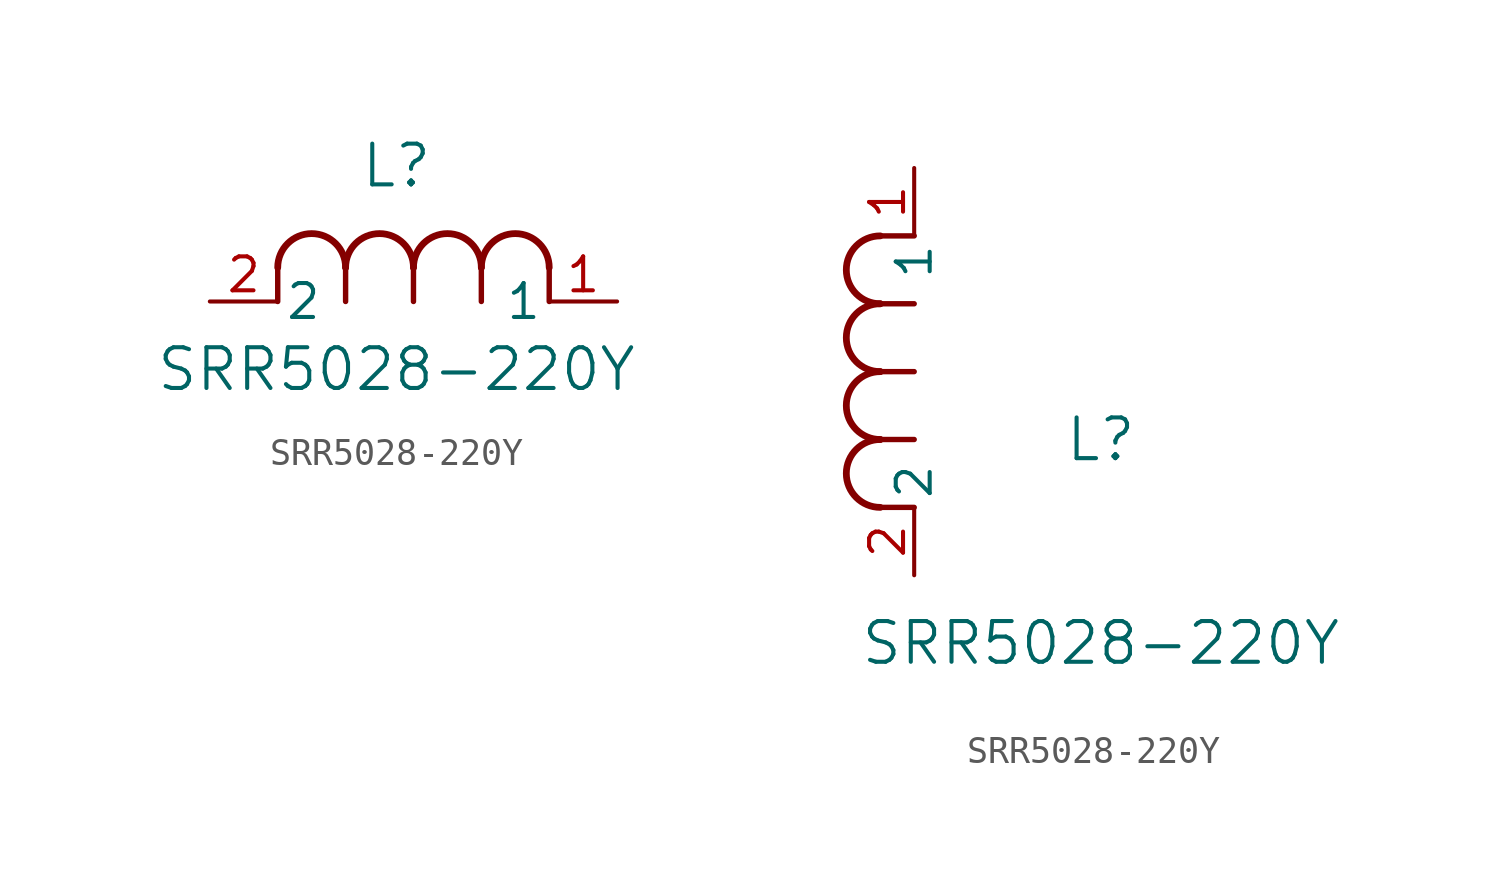
<source format=kicad_sym>
(kicad_symbol_lib
  (version 20211014)
  (generator kicad_symbol_editor)
  (symbol "SRR5028-220Y"
    (pin_names
      (offset 0.254))
    (property "Reference" "L"
      (at 6.985 5.08 0)
      (effects (font (size 1.524 1.524))))
    (property "Value" "SRR5028-220Y"
      (at 6.985 -2.54 0)
      (effects (font (size 1.524 1.524))))
    (symbol "SRR5028-220Y_1_1"
      (arc (start 7.62 1.27) (mid 6.35 2.54) (end 5.08 1.27) (stroke (width 0.254) (type default) (color 0 0 0 0)) (fill (type none)))
      (polyline (pts (xy 5.08 0) (xy 5.08 1.27)) (stroke (width 0.203) (type default) (color 0 0 0 0)) (fill (type none)))
      (polyline (pts (xy 7.62 0) (xy 7.62 1.27)) (stroke (width 0.203) (type default) (color 0 0 0 0)) (fill (type none)))
      (polyline (pts (xy 12.7 0) (xy 12.7 1.27)) (stroke (width 0.203) (type default) (color 0 0 0 0)) (fill (type none)))
      (arc (start 5.08 1.27) (mid 3.81 2.54) (end 2.54 1.27) (stroke (width 0.254) (type default) (color 0 0 0 0)) (fill (type none)))
      (arc (start 10.16 1.27) (mid 8.89 2.54) (end 7.62 1.27) (stroke (width 0.254) (type default) (color 0 0 0 0)) (fill (type none)))
      (arc (start 12.7 1.27) (mid 11.43 2.54) (end 10.16 1.27) (stroke (width 0.254) (type default) (color 0 0 0 0)) (fill (type none)))
      (polyline (pts (xy 2.54 0) (xy 2.54 1.27)) (stroke (width 0.203) (type default) (color 0 0 0 0)) (fill (type none)))
      (polyline (pts (xy 10.16 0) (xy 10.16 1.27)) (stroke (width 0.203) (type default) (color 0 0 0 0)) (fill (type none)))
      (pin unspecified line (at 0 0 0) (length 2.54) (name "2" (effects (font (size 1.27 1.27)))) (number "2" (effects (font (size 1.27 1.27)))))
      (pin unspecified line (at 15.24 0 180) (length 2.54) (name "1" (effects (font (size 1.27 1.27)))) (number "1" (effects (font (size 1.27 1.27))))))
    (symbol "SRR5028-220Y_1_2"
      (arc (start -1.27 7.62) (mid -2.54 6.35) (end -1.27 5.08) (stroke (width 0.254) (type default) (color 0 0 0 0)) (fill (type none)))
      (arc (start -1.27 5.08) (mid -2.54 3.81) (end -1.27 2.54) (stroke (width 0.254) (type default) (color 0 0 0 0)) (fill (type none)))
      (arc (start -1.27 12.7) (mid -2.54 11.43) (end -1.27 10.16) (stroke (width 0.254) (type default) (color 0 0 0 0)) (fill (type none)))
      (arc (start -1.27 10.16) (mid -2.54 8.89) (end -1.27 7.62) (stroke (width 0.254) (type default) (color 0 0 0 0)) (fill (type none)))
      (polyline (pts (xy 0 7.62) (xy -1.27 7.62)) (stroke (width 0.203) (type default) (color 0 0 0 0)) (fill (type none)))
      (polyline (pts (xy 0 5.08) (xy -1.27 5.08)) (stroke (width 0.203) (type default) (color 0 0 0 0)) (fill (type none)))
      (polyline (pts (xy 0 12.7) (xy -1.27 12.7)) (stroke (width 0.203) (type default) (color 0 0 0 0)) (fill (type none)))
      (polyline (pts (xy 0 2.54) (xy -1.27 2.54)) (stroke (width 0.203) (type default) (color 0 0 0 0)) (fill (type none)))
      (polyline (pts (xy 0 10.16) (xy -1.27 10.16)) (stroke (width 0.203) (type default) (color 0 0 0 0)) (fill (type none)))
      (pin unspecified line (at 0 0 90) (length 2.54) (name "2" (effects (font (size 1.27 1.27)))) (number "2" (effects (font (size 1.27 1.27)))))
      (pin unspecified line (at 0 15.24 270) (length 2.54) (name "1" (effects (font (size 1.27 1.27)))) (number "1" (effects (font (size 1.27 1.27))))))))
</source>
